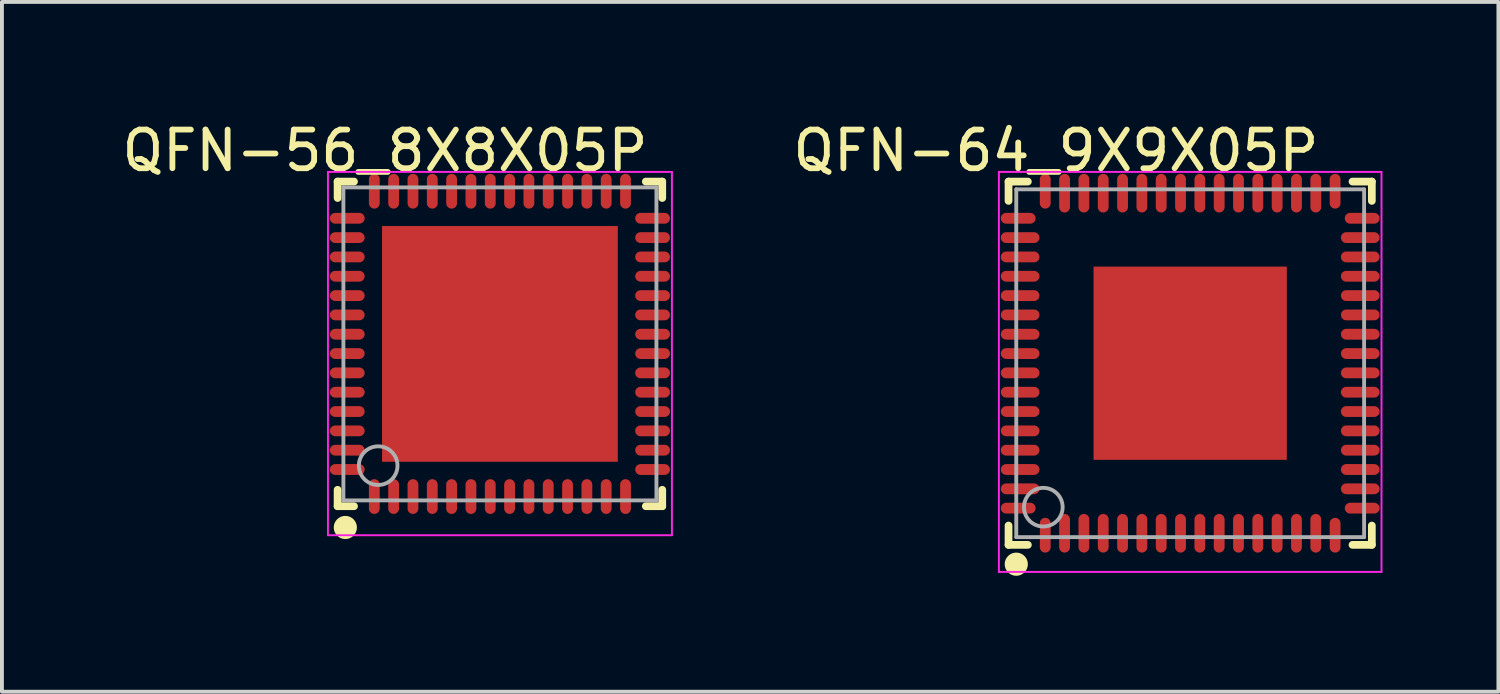
<source format=kicad_pcb>
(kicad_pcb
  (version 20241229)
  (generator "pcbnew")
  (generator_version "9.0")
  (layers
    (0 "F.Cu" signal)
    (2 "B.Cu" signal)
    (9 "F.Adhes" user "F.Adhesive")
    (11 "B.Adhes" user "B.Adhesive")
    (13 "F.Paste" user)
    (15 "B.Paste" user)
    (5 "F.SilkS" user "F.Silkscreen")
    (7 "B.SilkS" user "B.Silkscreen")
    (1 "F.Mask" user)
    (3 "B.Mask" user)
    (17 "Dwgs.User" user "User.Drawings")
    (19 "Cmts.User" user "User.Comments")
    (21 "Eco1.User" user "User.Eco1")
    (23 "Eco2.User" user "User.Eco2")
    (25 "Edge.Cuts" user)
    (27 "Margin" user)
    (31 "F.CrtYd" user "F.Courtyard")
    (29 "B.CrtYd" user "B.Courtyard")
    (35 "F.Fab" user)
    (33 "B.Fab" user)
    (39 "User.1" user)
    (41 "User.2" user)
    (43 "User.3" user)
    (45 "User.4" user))
  (footprint "QFN-64_9X9X05P"
    (layer "F.Cu")
    (at 27.745 6.348)
    (property "Reference" "QFN-64_9X9X05P" (at -3.474 -5.5 0) (layer "F.SilkS") (effects (font (size 1 1) (thickness 0.15))))
    (attr through_hole)
    (fp_line (start -4.7 -4.7) (end -4.2 -4.7) (stroke (width 0.2) (type solid)) (layer "F.SilkS"))
    (fp_line (start -4.7 -4.2) (end -4.7 -4.7) (stroke (width 0.2) (type solid)) (layer "F.SilkS"))
    (fp_line (start -4.7 4.7) (end -4.7 4.2) (stroke (width 0.2) (type solid)) (layer "F.SilkS"))
    (fp_line (start -4.7 4.7) (end -4.2 4.7) (stroke (width 0.2) (type solid)) (layer "F.SilkS"))
    (fp_line (start 4.2 -4.7) (end 4.7 -4.7) (stroke (width 0.2) (type solid)) (layer "F.SilkS"))
    (fp_line (start 4.2 4.7) (end 4.7 4.7) (stroke (width 0.2) (type solid)) (layer "F.SilkS"))
    (fp_line (start 4.7 -4.2) (end 4.7 -4.7) (stroke (width 0.2) (type solid)) (layer "F.SilkS"))
    (fp_line (start 4.7 4.7) (end 4.7 4.2) (stroke (width 0.2) (type solid)) (layer "F.SilkS"))
    (fp_circle (center -4.5 5.2) (end -4.35 5.2) (stroke (width 0.3) (type solid)) (fill no) (layer "F.SilkS"))
    (fp_line (start -4.95 -4.95) (end 4.95 -4.95) (stroke (width 0.05) (type solid)) (layer "F.CrtYd"))
    (fp_line (start -4.95 5.4) (end -4.95 -4.95) (stroke (width 0.05) (type solid)) (layer "F.CrtYd"))
    (fp_line (start 4.95 -4.95) (end 4.95 5.4) (stroke (width 0.05) (type solid)) (layer "F.CrtYd"))
    (fp_line (start 4.95 5.4) (end -4.95 5.4) (stroke (width 0.05) (type solid)) (layer "F.CrtYd"))
    (fp_line (start -4.5 -4.5) (end 4.5 -4.5) (stroke (width 0.1) (type solid)) (layer "F.Fab"))
    (fp_line (start -4.5 4.5) (end -4.5 -4.5) (stroke (width 0.1) (type solid)) (layer "F.Fab"))
    (fp_line (start -4.5 4.5) (end 4.5 4.5) (stroke (width 0.1) (type solid)) (layer "F.Fab"))
    (fp_line (start 4.5 4.5) (end 4.5 -4.5) (stroke (width 0.1) (type solid)) (layer "F.Fab"))
    (fp_circle (center -3.8 3.725) (end -3.3 3.725) (stroke (width 0.1) (type solid)) (fill no) (layer "F.Fab"))
    (pad "0" smd rect (at 0.00001 0 90) (size 5 5) (layers "F.Cu" "F.Mask" "F.Paste"))
    (pad "1" smd oval (at -3.75 4.45 180) (size 0.28 0.9) (layers "F.Cu" "F.Mask" "F.Paste"))
    (pad "2" smd oval (at -3.25 4.4 180) (size 0.28 1) (layers "F.Cu" "F.Mask" "F.Paste"))
    (pad "3" smd oval (at -2.75 4.4 180) (size 0.28 1) (layers "F.Cu" "F.Mask" "F.Paste"))
    (pad "4" smd oval (at -2.25 4.4 180) (size 0.28 1) (layers "F.Cu" "F.Mask" "F.Paste"))
    (pad "5" smd oval (at -1.75 4.4 180) (size 0.28 1) (layers "F.Cu" "F.Mask" "F.Paste"))
    (pad "6" smd oval (at -1.25 4.4 180) (size 0.28 1) (layers "F.Cu" "F.Mask" "F.Paste"))
    (pad "7" smd oval (at -0.75 4.4 180) (size 0.28 1) (layers "F.Cu" "F.Mask" "F.Paste"))
    (pad "8" smd oval (at -0.25 4.4 180) (size 0.28 1) (layers "F.Cu" "F.Mask" "F.Paste"))
    (pad "9" smd oval (at 0.25 4.4 180) (size 0.28 1) (layers "F.Cu" "F.Mask" "F.Paste"))
    (pad "10" smd oval (at 0.75 4.4 180) (size 0.28 1) (layers "F.Cu" "F.Mask" "F.Paste"))
    (pad "11" smd oval (at 1.25 4.4 180) (size 0.28 1) (layers "F.Cu" "F.Mask" "F.Paste"))
    (pad "12" smd oval (at 1.75 4.4 180) (size 0.28 1) (layers "F.Cu" "F.Mask" "F.Paste"))
    (pad "13" smd oval (at 2.25 4.4 180) (size 0.28 1) (layers "F.Cu" "F.Mask" "F.Paste"))
    (pad "14" smd oval (at 2.75 4.4 180) (size 0.28 1) (layers "F.Cu" "F.Mask" "F.Paste"))
    (pad "15" smd oval (at 3.25 4.4 180) (size 0.28 1) (layers "F.Cu" "F.Mask" "F.Paste"))
    (pad "16" smd oval (at 3.75 4.45 180) (size 0.28 0.9) (layers "F.Cu" "F.Mask" "F.Paste"))
    (pad "17" smd oval (at 4.45 3.75 270) (size 0.28 0.9) (layers "F.Cu" "F.Mask" "F.Paste"))
    (pad "18" smd oval (at 4.4 3.25 270) (size 0.28 1) (layers "F.Cu" "F.Mask" "F.Paste"))
    (pad "19" smd oval (at 4.4 2.75 270) (size 0.28 1) (layers "F.Cu" "F.Mask" "F.Paste"))
    (pad "20" smd oval (at 4.4 2.25 270) (size 0.28 1) (layers "F.Cu" "F.Mask" "F.Paste"))
    (pad "21" smd oval (at 4.4 1.75 270) (size 0.28 1) (layers "F.Cu" "F.Mask" "F.Paste"))
    (pad "22" smd oval (at 4.4 1.25 270) (size 0.28 1) (layers "F.Cu" "F.Mask" "F.Paste"))
    (pad "23" smd oval (at 4.4 0.75 270) (size 0.28 1) (layers "F.Cu" "F.Mask" "F.Paste"))
    (pad "24" smd oval (at 4.4 0.25 270) (size 0.28 1) (layers "F.Cu" "F.Mask" "F.Paste"))
    (pad "25" smd oval (at 4.4 -0.25 270) (size 0.28 1) (layers "F.Cu" "F.Mask" "F.Paste"))
    (pad "26" smd oval (at 4.4 -0.75 270) (size 0.28 1) (layers "F.Cu" "F.Mask" "F.Paste"))
    (pad "27" smd oval (at 4.4 -1.25 270) (size 0.28 1) (layers "F.Cu" "F.Mask" "F.Paste"))
    (pad "28" smd oval (at 4.4 -1.75 270) (size 0.28 1) (layers "F.Cu" "F.Mask" "F.Paste"))
    (pad "29" smd oval (at 4.4 -2.25 270) (size 0.28 1) (layers "F.Cu" "F.Mask" "F.Paste"))
    (pad "30" smd oval (at 4.4 -2.75 270) (size 0.28 1) (layers "F.Cu" "F.Mask" "F.Paste"))
    (pad "31" smd oval (at 4.4 -3.25 270) (size 0.28 1) (layers "F.Cu" "F.Mask" "F.Paste"))
    (pad "32" smd oval (at 4.45 -3.75 270) (size 0.28 0.9) (layers "F.Cu" "F.Mask" "F.Paste"))
    (pad "33" smd oval (at 3.75 -4.45) (size 0.28 0.9) (layers "F.Cu" "F.Mask" "F.Paste"))
    (pad "34" smd oval (at 3.25 -4.4) (size 0.28 1) (layers "F.Cu" "F.Mask" "F.Paste"))
    (pad "35" smd oval (at 2.75 -4.4) (size 0.28 1) (layers "F.Cu" "F.Mask" "F.Paste"))
    (pad "36" smd oval (at 2.25 -4.4) (size 0.28 1) (layers "F.Cu" "F.Mask" "F.Paste"))
    (pad "37" smd oval (at 1.75 -4.4) (size 0.28 1) (layers "F.Cu" "F.Mask" "F.Paste"))
    (pad "38" smd oval (at 1.25 -4.4) (size 0.28 1) (layers "F.Cu" "F.Mask" "F.Paste"))
    (pad "39" smd oval (at 0.75 -4.4) (size 0.28 1) (layers "F.Cu" "F.Mask" "F.Paste"))
    (pad "40" smd oval (at 0.25 -4.4) (size 0.28 1) (layers "F.Cu" "F.Mask" "F.Paste"))
    (pad "41" smd oval (at -0.25 -4.4) (size 0.28 1) (layers "F.Cu" "F.Mask" "F.Paste"))
    (pad "42" smd oval (at -0.75 -4.4) (size 0.28 1) (layers "F.Cu" "F.Mask" "F.Paste"))
    (pad "43" smd oval (at -1.25 -4.4) (size 0.28 1) (layers "F.Cu" "F.Mask" "F.Paste"))
    (pad "44" smd oval (at -1.75 -4.4) (size 0.28 1) (layers "F.Cu" "F.Mask" "F.Paste"))
    (pad "45" smd oval (at -2.25 -4.4) (size 0.28 1) (layers "F.Cu" "F.Mask" "F.Paste"))
    (pad "46" smd oval (at -2.75 -4.4) (size 0.28 1) (layers "F.Cu" "F.Mask" "F.Paste"))
    (pad "47" smd oval (at -3.25 -4.4) (size 0.28 1) (layers "F.Cu" "F.Mask" "F.Paste"))
    (pad "48" smd oval (at -3.75 -4.45) (size 0.28 0.9) (layers "F.Cu" "F.Mask" "F.Paste"))
    (pad "49" smd oval (at -4.45 -3.75 90) (size 0.28 0.9) (layers "F.Cu" "F.Mask" "F.Paste"))
    (pad "50" smd oval (at -4.4 -3.25 90) (size 0.28 1) (layers "F.Cu" "F.Mask" "F.Paste"))
    (pad "51" smd oval (at -4.4 -2.75 90) (size 0.28 1) (layers "F.Cu" "F.Mask" "F.Paste"))
    (pad "52" smd oval (at -4.4 -2.25 90) (size 0.28 1) (layers "F.Cu" "F.Mask" "F.Paste"))
    (pad "53" smd oval (at -4.4 -1.75 90) (size 0.28 1) (layers "F.Cu" "F.Mask" "F.Paste"))
    (pad "54" smd oval (at -4.4 -1.25 90) (size 0.28 1) (layers "F.Cu" "F.Mask" "F.Paste"))
    (pad "55" smd oval (at -4.4 -0.75 90) (size 0.28 1) (layers "F.Cu" "F.Mask" "F.Paste"))
    (pad "56" smd oval (at -4.4 -0.25 90) (size 0.28 1) (layers "F.Cu" "F.Mask" "F.Paste"))
    (pad "57" smd oval (at -4.4 0.25 90) (size 0.28 1) (layers "F.Cu" "F.Mask" "F.Paste"))
    (pad "58" smd oval (at -4.4 0.75 90) (size 0.28 1) (layers "F.Cu" "F.Mask" "F.Paste"))
    (pad "59" smd oval (at -4.4 1.25 90) (size 0.28 1) (layers "F.Cu" "F.Mask" "F.Paste"))
    (pad "60" smd oval (at -4.4 1.75 90) (size 0.28 1) (layers "F.Cu" "F.Mask" "F.Paste"))
    (pad "61" smd oval (at -4.4 2.25 90) (size 0.28 1) (layers "F.Cu" "F.Mask" "F.Paste"))
    (pad "62" smd oval (at -4.4 2.75 90) (size 0.28 1) (layers "F.Cu" "F.Mask" "F.Paste"))
    (pad "63" smd oval (at -4.4 3.25 90) (size 0.28 1) (layers "F.Cu" "F.Mask" "F.Paste"))
    (pad "64" smd oval (at -4.45 3.75 90) (size 0.28 0.9) (layers "F.Cu" "F.Mask" "F.Paste")))
  (footprint "QFN-56_8X8X05P"
    (layer "F.Cu")
    (at 9.885 5.848)
    (property "Reference" "QFN-56_8X8X05P" (at -2.974 -5 0) (layer "F.SilkS") (effects (font (size 1 1) (thickness 0.15))))
    (attr through_hole)
    (fp_line (start -4.2 -4.2) (end -3.775 -4.2) (stroke (width 0.2) (type solid)) (layer "F.SilkS"))
    (fp_line (start -4.2 -3.775) (end -4.2 -4.2) (stroke (width 0.2) (type solid)) (layer "F.SilkS"))
    (fp_line (start -4.2 4.2) (end -4.2 3.775) (stroke (width 0.2) (type solid)) (layer "F.SilkS"))
    (fp_line (start -4.2 4.2) (end -3.775 4.2) (stroke (width 0.2) (type solid)) (layer "F.SilkS"))
    (fp_line (start 3.775 -4.2) (end 4.2 -4.2) (stroke (width 0.2) (type solid)) (layer "F.SilkS"))
    (fp_line (start 3.775 4.2) (end 4.2 4.2) (stroke (width 0.2) (type solid)) (layer "F.SilkS"))
    (fp_line (start 4.2 -3.775) (end 4.2 -4.2) (stroke (width 0.2) (type solid)) (layer "F.SilkS"))
    (fp_line (start 4.2 4.2) (end 4.2 3.775) (stroke (width 0.2) (type solid)) (layer "F.SilkS"))
    (fp_circle (center -4 4.75) (end -3.85 4.75) (stroke (width 0.3) (type solid)) (fill no) (layer "F.SilkS"))
    (fp_line (start -4.45 -4.45) (end 4.45 -4.45) (stroke (width 0.05) (type solid)) (layer "F.CrtYd"))
    (fp_line (start -4.45 4.95) (end -4.45 -4.45) (stroke (width 0.05) (type solid)) (layer "F.CrtYd"))
    (fp_line (start 4.45 -4.45) (end 4.45 4.95) (stroke (width 0.05) (type solid)) (layer "F.CrtYd"))
    (fp_line (start 4.45 4.95) (end -4.45 4.95) (stroke (width 0.05) (type solid)) (layer "F.CrtYd"))
    (fp_line (start -4.05 -4.05) (end 4.05 -4.05) (stroke (width 0.1) (type solid)) (layer "F.Fab"))
    (fp_line (start -4.05 4.05) (end -4.05 -4.05) (stroke (width 0.1) (type solid)) (layer "F.Fab"))
    (fp_line (start -4.05 4.05) (end 4.05 4.05) (stroke (width 0.1) (type solid)) (layer "F.Fab"))
    (fp_line (start 4.05 4.05) (end 4.05 -4.05) (stroke (width 0.1) (type solid)) (layer "F.Fab"))
    (fp_circle (center -3.15 3.15) (end -2.65 3.15) (stroke (width 0.1) (type solid)) (fill no) (layer "F.Fab"))
    (pad "0" smd rect (at 0.00001 0 90) (size 6.1 6.1) (layers "F.Cu" "F.Mask" "F.Paste"))
    (pad "1" smd oval (at -3.25 3.95 180) (size 0.28 0.9) (layers "F.Cu" "F.Mask" "F.Paste"))
    (pad "2" smd oval (at -2.75 3.95 180) (size 0.28 0.9) (layers "F.Cu" "F.Mask" "F.Paste"))
    (pad "3" smd oval (at -2.25 3.95 180) (size 0.28 0.9) (layers "F.Cu" "F.Mask" "F.Paste"))
    (pad "4" smd oval (at -1.75 3.95 180) (size 0.28 0.9) (layers "F.Cu" "F.Mask" "F.Paste"))
    (pad "5" smd oval (at -1.25 3.95 180) (size 0.28 0.9) (layers "F.Cu" "F.Mask" "F.Paste"))
    (pad "6" smd oval (at -0.75 3.95 180) (size 0.28 0.9) (layers "F.Cu" "F.Mask" "F.Paste"))
    (pad "7" smd oval (at -0.25 3.95 180) (size 0.28 0.9) (layers "F.Cu" "F.Mask" "F.Paste"))
    (pad "8" smd oval (at 0.25 3.95 180) (size 0.28 0.9) (layers "F.Cu" "F.Mask" "F.Paste"))
    (pad "9" smd oval (at 0.75 3.95 180) (size 0.28 0.9) (layers "F.Cu" "F.Mask" "F.Paste"))
    (pad "10" smd oval (at 1.25 3.95 180) (size 0.28 0.9) (layers "F.Cu" "F.Mask" "F.Paste"))
    (pad "11" smd oval (at 1.75 3.95 180) (size 0.28 0.9) (layers "F.Cu" "F.Mask" "F.Paste"))
    (pad "12" smd oval (at 2.25 3.95 180) (size 0.28 0.9) (layers "F.Cu" "F.Mask" "F.Paste"))
    (pad "13" smd oval (at 2.75 3.95 180) (size 0.28 0.9) (layers "F.Cu" "F.Mask" "F.Paste"))
    (pad "14" smd oval (at 3.25 3.95 180) (size 0.28 0.9) (layers "F.Cu" "F.Mask" "F.Paste"))
    (pad "15" smd oval (at 3.95 3.25 90) (size 0.28 0.9) (layers "F.Cu" "F.Mask" "F.Paste"))
    (pad "16" smd oval (at 3.95 2.75 90) (size 0.28 0.9) (layers "F.Cu" "F.Mask" "F.Paste"))
    (pad "17" smd oval (at 3.95 2.25 90) (size 0.28 0.9) (layers "F.Cu" "F.Mask" "F.Paste"))
    (pad "18" smd oval (at 3.95 1.75 90) (size 0.28 0.9) (layers "F.Cu" "F.Mask" "F.Paste"))
    (pad "19" smd oval (at 3.95 1.25 90) (size 0.28 0.9) (layers "F.Cu" "F.Mask" "F.Paste"))
    (pad "20" smd oval (at 3.95 0.75 90) (size 0.28 0.9) (layers "F.Cu" "F.Mask" "F.Paste"))
    (pad "21" smd oval (at 3.95 0.25 90) (size 0.28 0.9) (layers "F.Cu" "F.Mask" "F.Paste"))
    (pad "22" smd oval (at 3.95 -0.25 90) (size 0.28 0.9) (layers "F.Cu" "F.Mask" "F.Paste"))
    (pad "23" smd oval (at 3.95 -0.75 90) (size 0.28 0.9) (layers "F.Cu" "F.Mask" "F.Paste"))
    (pad "24" smd oval (at 3.95 -1.25 90) (size 0.28 0.9) (layers "F.Cu" "F.Mask" "F.Paste"))
    (pad "25" smd oval (at 3.95 -1.75 90) (size 0.28 0.9) (layers "F.Cu" "F.Mask" "F.Paste"))
    (pad "26" smd oval (at 3.95 -2.25 90) (size 0.28 0.9) (layers "F.Cu" "F.Mask" "F.Paste"))
    (pad "27" smd oval (at 3.95 -2.75 90) (size 0.28 0.9) (layers "F.Cu" "F.Mask" "F.Paste"))
    (pad "28" smd oval (at 3.95 -3.25 90) (size 0.28 0.9) (layers "F.Cu" "F.Mask" "F.Paste"))
    (pad "29" smd oval (at 3.25 -3.95 180) (size 0.28 0.9) (layers "F.Cu" "F.Mask" "F.Paste"))
    (pad "30" smd oval (at 2.75 -3.95 180) (size 0.28 0.9) (layers "F.Cu" "F.Mask" "F.Paste"))
    (pad "31" smd oval (at 2.25 -3.95 180) (size 0.28 0.9) (layers "F.Cu" "F.Mask" "F.Paste"))
    (pad "32" smd oval (at 1.75 -3.95 180) (size 0.28 0.9) (layers "F.Cu" "F.Mask" "F.Paste"))
    (pad "33" smd oval (at 1.25 -3.95 180) (size 0.28 0.9) (layers "F.Cu" "F.Mask" "F.Paste"))
    (pad "34" smd oval (at 0.75 -3.95 180) (size 0.28 0.9) (layers "F.Cu" "F.Mask" "F.Paste"))
    (pad "35" smd oval (at 0.25 -3.95 180) (size 0.28 0.9) (layers "F.Cu" "F.Mask" "F.Paste"))
    (pad "36" smd oval (at -0.25 -3.95 180) (size 0.28 0.9) (layers "F.Cu" "F.Mask" "F.Paste"))
    (pad "37" smd oval (at -0.75 -3.95 180) (size 0.28 0.9) (layers "F.Cu" "F.Mask" "F.Paste"))
    (pad "38" smd oval (at -1.25 -3.95 180) (size 0.28 0.9) (layers "F.Cu" "F.Mask" "F.Paste"))
    (pad "39" smd oval (at -1.75 -3.95 180) (size 0.28 0.9) (layers "F.Cu" "F.Mask" "F.Paste"))
    (pad "40" smd oval (at -2.25 -3.95 180) (size 0.28 0.9) (layers "F.Cu" "F.Mask" "F.Paste"))
    (pad "41" smd oval (at -2.75 -3.95 180) (size 0.28 0.9) (layers "F.Cu" "F.Mask" "F.Paste"))
    (pad "42" smd oval (at -3.25 -3.95 180) (size 0.28 0.9) (layers "F.Cu" "F.Mask" "F.Paste"))
    (pad "43" smd oval (at -3.95 -3.25 90) (size 0.28 0.9) (layers "F.Cu" "F.Mask" "F.Paste"))
    (pad "44" smd oval (at -3.95 -2.75 90) (size 0.28 0.9) (layers "F.Cu" "F.Mask" "F.Paste"))
    (pad "45" smd oval (at -3.95 -2.25 90) (size 0.28 0.9) (layers "F.Cu" "F.Mask" "F.Paste"))
    (pad "46" smd oval (at -3.95 -1.75 90) (size 0.28 0.9) (layers "F.Cu" "F.Mask" "F.Paste"))
    (pad "47" smd oval (at -3.95 -1.25 90) (size 0.28 0.9) (layers "F.Cu" "F.Mask" "F.Paste"))
    (pad "48" smd oval (at -3.95 -0.75 90) (size 0.28 0.9) (layers "F.Cu" "F.Mask" "F.Paste"))
    (pad "49" smd oval (at -3.95 -0.25 90) (size 0.28 0.9) (layers "F.Cu" "F.Mask" "F.Paste"))
    (pad "50" smd oval (at -3.95 0.25 90) (size 0.28 0.9) (layers "F.Cu" "F.Mask" "F.Paste"))
    (pad "51" smd oval (at -3.95 0.75 90) (size 0.28 0.9) (layers "F.Cu" "F.Mask" "F.Paste"))
    (pad "52" smd oval (at -3.95 1.25 90) (size 0.28 0.9) (layers "F.Cu" "F.Mask" "F.Paste"))
    (pad "53" smd oval (at -3.95 1.75 90) (size 0.28 0.9) (layers "F.Cu" "F.Mask" "F.Paste"))
    (pad "54" smd oval (at -3.95 2.25 90) (size 0.28 0.9) (layers "F.Cu" "F.Mask" "F.Paste"))
    (pad "55" smd oval (at -3.95 2.75 90) (size 0.28 0.9) (layers "F.Cu" "F.Mask" "F.Paste"))
    (pad "56" smd oval (at -3.95 3.25 90) (size 0.28 0.9) (layers "F.Cu" "F.Mask" "F.Paste")))
  (gr_rect
    (start -3 -3)
    (end 35.72 14.848)
    (stroke (width 0.1) (type default))
    (fill no)
    (layer "Edge.Cuts")))
</source>
